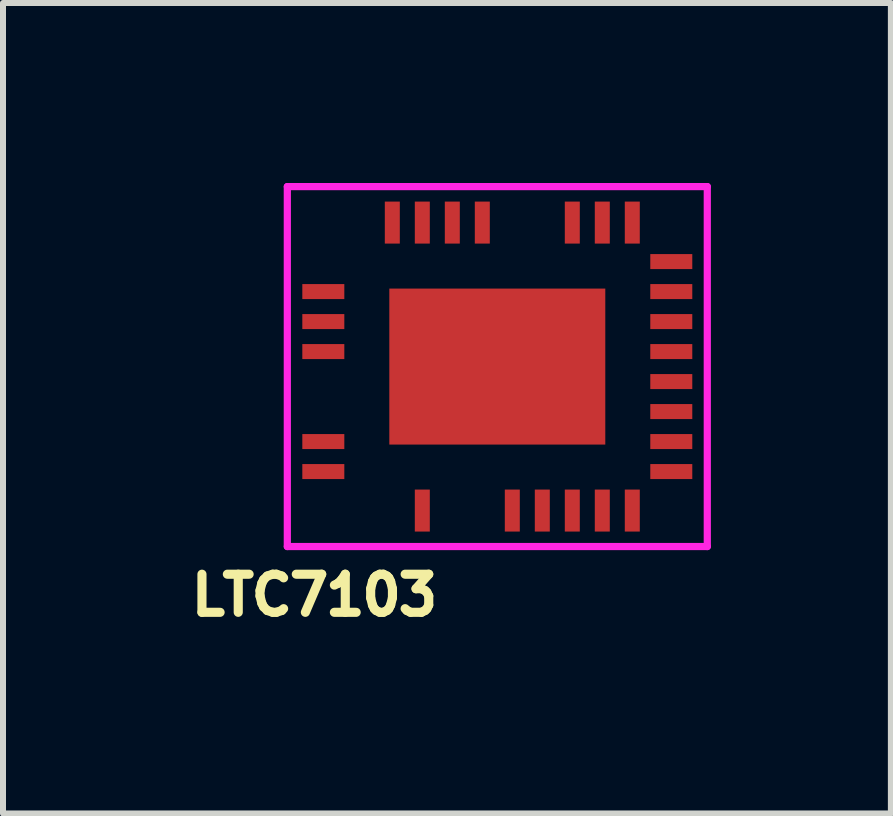
<source format=kicad_pcb>
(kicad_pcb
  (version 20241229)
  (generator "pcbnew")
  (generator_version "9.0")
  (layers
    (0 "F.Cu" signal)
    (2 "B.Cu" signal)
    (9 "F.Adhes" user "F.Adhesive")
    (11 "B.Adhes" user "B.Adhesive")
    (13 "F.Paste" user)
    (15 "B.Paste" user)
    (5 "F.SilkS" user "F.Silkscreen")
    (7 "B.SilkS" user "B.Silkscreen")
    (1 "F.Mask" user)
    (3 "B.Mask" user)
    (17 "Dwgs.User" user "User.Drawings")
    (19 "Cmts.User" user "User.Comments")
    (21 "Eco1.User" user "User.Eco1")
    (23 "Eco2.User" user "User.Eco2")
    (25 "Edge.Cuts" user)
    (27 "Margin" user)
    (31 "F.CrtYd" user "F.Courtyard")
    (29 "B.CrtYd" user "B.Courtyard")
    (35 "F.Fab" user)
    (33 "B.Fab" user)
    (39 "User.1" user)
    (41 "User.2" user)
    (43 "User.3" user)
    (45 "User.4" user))
  (footprint "LTC7103"
    (layer "F.Cu")
    (at 5.239 3.06)
    (property "Reference" "LTC7103" (at -3.048 3.81 0) (layer "F.SilkS") (effects (font (size 0.635 0.635) (thickness 0.152))))
    (attr through_hole)
    (fp_line (start -3.5 -3) (end 3.5 -3) (stroke (width 0.12) (type solid)) (layer "F.CrtYd"))
    (fp_line (start -3.5 3) (end -3.5 -3) (stroke (width 0.12) (type solid)) (layer "F.CrtYd"))
    (fp_line (start 3.5 -3) (end 3.5 3) (stroke (width 0.12) (type solid)) (layer "F.CrtYd"))
    (fp_line (start 3.5 3) (end -3.5 3) (stroke (width 0.12) (type solid)) (layer "F.CrtYd"))
    (pad "3" smd rect (at -1.25 2.4) (size 0.25 0.7) (layers "F.Cu" "F.Mask" "F.Paste"))
    (pad "6" smd rect (at 0.25 2.4) (size 0.25 0.7) (layers "F.Cu" "F.Mask" "F.Paste"))
    (pad "7" smd rect (at 0.75 2.4) (size 0.25 0.7) (layers "F.Cu" "F.Mask" "F.Paste"))
    (pad "8" smd rect (at 1.25 2.4) (size 0.25 0.7) (layers "F.Cu" "F.Mask" "F.Paste"))
    (pad "9" smd rect (at 1.75 2.4) (size 0.25 0.7) (layers "F.Cu" "F.Mask" "F.Paste"))
    (pad "10" smd rect (at 2.25 2.4) (size 0.25 0.7) (layers "F.Cu" "F.Mask" "F.Paste"))
    (pad "11" smd rect (at 2.9 1.75) (size 0.7 0.25) (layers "F.Cu" "F.Mask" "F.Paste"))
    (pad "12" smd rect (at 2.9 1.25) (size 0.7 0.25) (layers "F.Cu" "F.Mask" "F.Paste"))
    (pad "13" smd rect (at 2.9 0.75) (size 0.7 0.25) (layers "F.Cu" "F.Mask" "F.Paste"))
    (pad "14" smd rect (at 2.9 0.25) (size 0.7 0.25) (layers "F.Cu" "F.Mask" "F.Paste"))
    (pad "15" smd rect (at 2.9 -0.25) (size 0.7 0.25) (layers "F.Cu" "F.Mask" "F.Paste"))
    (pad "16" smd rect (at 2.9 -0.75) (size 0.7 0.25) (layers "F.Cu" "F.Mask" "F.Paste"))
    (pad "17" smd rect (at 2.9 -1.25) (size 0.7 0.25) (layers "F.Cu" "F.Mask" "F.Paste"))
    (pad "18" smd rect (at 2.9 -1.75) (size 0.7 0.25) (layers "F.Cu" "F.Mask" "F.Paste"))
    (pad "19" smd rect (at 2.25 -2.4) (size 0.25 0.7) (layers "F.Cu" "F.Mask" "F.Paste"))
    (pad "20" smd rect (at 1.75 -2.4) (size 0.25 0.7) (layers "F.Cu" "F.Mask" "F.Paste"))
    (pad "21" smd rect (at 1.25 -2.4) (size 0.25 0.7) (layers "F.Cu" "F.Mask" "F.Paste"))
    (pad "24" smd rect (at -0.25 -2.4) (size 0.25 0.7) (layers "F.Cu" "F.Mask" "F.Paste"))
    (pad "25" smd rect (at -0.75 -2.4) (size 0.25 0.7) (layers "F.Cu" "F.Mask" "F.Paste"))
    (pad "26" smd rect (at -1.25 -2.4) (size 0.25 0.7) (layers "F.Cu" "F.Mask" "F.Paste"))
    (pad "27" smd rect (at -1.75 -2.4) (size 0.25 0.7) (layers "F.Cu" "F.Mask" "F.Paste"))
    (pad "30" smd rect (at -2.9 -1.25) (size 0.7 0.25) (layers "F.Cu" "F.Mask" "F.Paste"))
    (pad "31" smd rect (at -2.9 -0.75) (size 0.7 0.25) (layers "F.Cu" "F.Mask" "F.Paste"))
    (pad "32" smd rect (at -2.9 -0.25) (size 0.7 0.25) (layers "F.Cu" "F.Mask" "F.Paste"))
    (pad "35" smd rect (at -2.9 1.25) (size 0.7 0.25) (layers "F.Cu" "F.Mask" "F.Paste"))
    (pad "36" smd rect (at -2.9 1.75) (size 0.7 0.25) (layers "F.Cu" "F.Mask" "F.Paste"))
    (pad "37" smd rect (at 0 0) (size 3.6 2.6) (layers "F.Cu" "F.Mask" "F.Paste")))
  (gr_rect
    (start -3 -3)
    (end 11.799 10.509)
    (stroke (width 0.1) (type default))
    (fill no)
    (layer "Edge.Cuts")))
</source>
